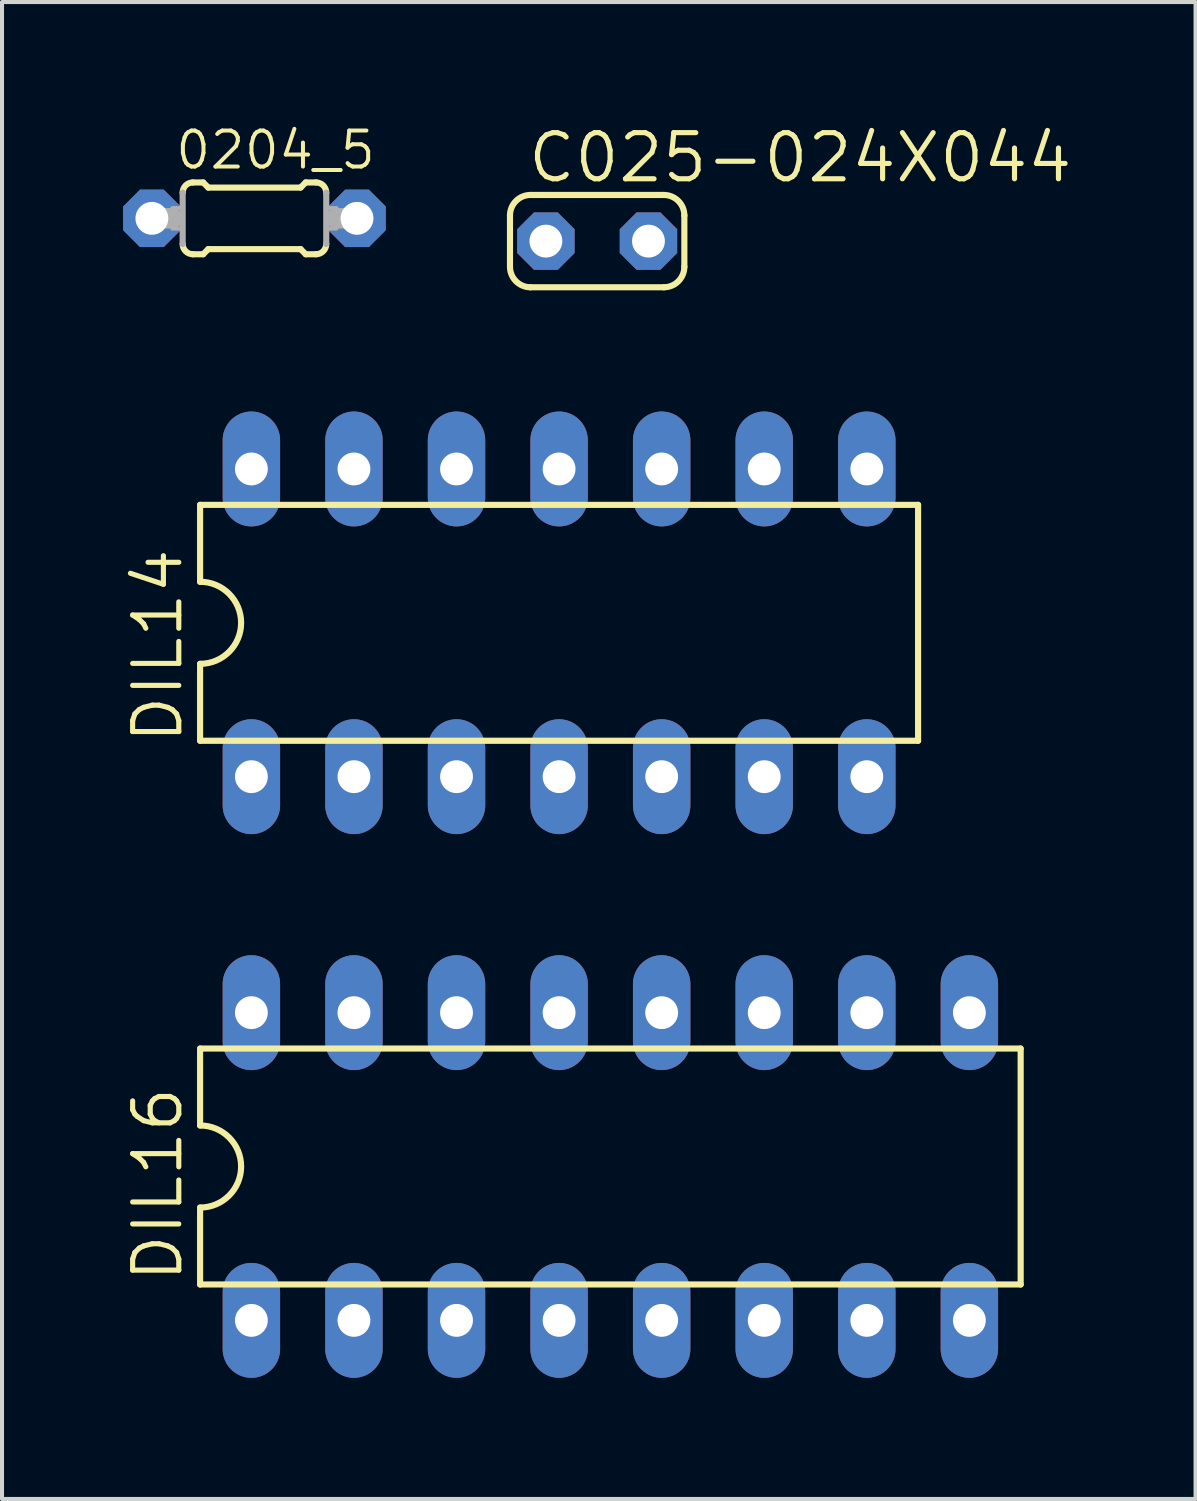
<source format=kicad_pcb>
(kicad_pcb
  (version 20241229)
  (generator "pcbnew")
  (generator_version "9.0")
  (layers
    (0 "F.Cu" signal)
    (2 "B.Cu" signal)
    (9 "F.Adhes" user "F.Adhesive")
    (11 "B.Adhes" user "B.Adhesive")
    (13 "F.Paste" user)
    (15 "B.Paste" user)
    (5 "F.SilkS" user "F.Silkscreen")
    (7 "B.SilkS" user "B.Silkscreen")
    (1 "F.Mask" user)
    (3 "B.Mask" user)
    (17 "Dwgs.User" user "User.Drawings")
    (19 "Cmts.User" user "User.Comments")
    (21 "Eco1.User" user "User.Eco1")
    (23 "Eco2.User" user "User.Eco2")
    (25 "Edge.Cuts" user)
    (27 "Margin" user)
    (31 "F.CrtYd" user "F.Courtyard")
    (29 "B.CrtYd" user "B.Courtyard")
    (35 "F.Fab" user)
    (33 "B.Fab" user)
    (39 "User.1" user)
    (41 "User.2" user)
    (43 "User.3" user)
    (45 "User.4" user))
  (footprint "0204_5"
    (layer "F.Cu")
    (at 3.251 2.357)
    (property "Reference" "0204_5" (at -2.007 -1.168 0) (layer "F.SilkS") (effects (font (size 0.892 0.892) (thickness 0.099)) (justify left bottom)))
    (fp_line (start -1.524 -0.889) (end -1.27 -0.889) (stroke (width 0.152) (type solid)) (layer "F.SilkS"))
    (fp_line (start -1.524 0.889) (end -1.27 0.889) (stroke (width 0.152) (type solid)) (layer "F.SilkS"))
    (fp_line (start -1.143 -0.762) (end -1.27 -0.889) (stroke (width 0.152) (type solid)) (layer "F.SilkS"))
    (fp_line (start -1.143 0.762) (end -1.27 0.889) (stroke (width 0.152) (type solid)) (layer "F.SilkS"))
    (fp_line (start 1.143 -0.762) (end -1.143 -0.762) (stroke (width 0.152) (type solid)) (layer "F.SilkS"))
    (fp_line (start 1.143 -0.762) (end 1.27 -0.889) (stroke (width 0.152) (type solid)) (layer "F.SilkS"))
    (fp_line (start 1.143 0.762) (end -1.143 0.762) (stroke (width 0.152) (type solid)) (layer "F.SilkS"))
    (fp_line (start 1.143 0.762) (end 1.27 0.889) (stroke (width 0.152) (type solid)) (layer "F.SilkS"))
    (fp_line (start 1.524 -0.889) (end 1.27 -0.889) (stroke (width 0.152) (type solid)) (layer "F.SilkS"))
    (fp_line (start 1.524 0.889) (end 1.27 0.889) (stroke (width 0.152) (type solid)) (layer "F.SilkS"))
    (fp_arc (start -1.778 -0.635) (mid -1.703605 -0.814605) (end -1.524 -0.889) (stroke (width 0.1524) (type solid)) (layer "F.SilkS"))
    (fp_arc (start -1.524 0.889) (mid -1.703605 0.814605) (end -1.778 0.635) (stroke (width 0.1524) (type solid)) (layer "F.SilkS"))
    (fp_arc (start 1.524 -0.889) (mid 1.703605 -0.814605) (end 1.778 -0.635) (stroke (width 0.1524) (type solid)) (layer "F.SilkS"))
    (fp_arc (start 1.778 0.635) (mid 1.703605 0.814605) (end 1.524 0.889) (stroke (width 0.1524) (type solid)) (layer "F.SilkS"))
    (fp_line (start -2.54 0) (end -2.032 0) (stroke (width 0.508) (type solid)) (layer "F.Fab"))
    (fp_line (start -1.778 0.635) (end -1.778 -0.635) (stroke (width 0.152) (type solid)) (layer "F.Fab"))
    (fp_line (start 1.778 0.635) (end 1.778 -0.635) (stroke (width 0.152) (type solid)) (layer "F.Fab"))
    (fp_line (start 2.54 0) (end 2.032 0) (stroke (width 0.508) (type solid)) (layer "F.Fab"))
    (fp_poly (pts (xy -2.032 0.254) (xy -1.778 0.254) (xy -1.778 -0.254) (xy -2.032 -0.254)) (stroke (width 0.1) (type solid)) (fill no) (layer "F.Fab"))
    (fp_poly (pts (xy 1.778 0.254) (xy 2.032 0.254) (xy 2.032 -0.254) (xy 1.778 -0.254)) (stroke (width 0.1) (type solid)) (fill no) (layer "F.Fab"))
    (pad "1" thru_hole roundrect (at -2.54 0) (size 1.422 1.422) (drill 0.813) (layers "*.Cu" "*.Mask") (roundrect_rratio 0.25) (chamfer_ratio 0.293) (chamfer top_left top_right bottom_left bottom_right))
    (pad "2" thru_hole roundrect (at 2.54 0) (size 1.422 1.422) (drill 0.813) (layers "*.Cu" "*.Mask") (roundrect_rratio 0.25) (chamfer_ratio 0.293) (chamfer top_left top_right bottom_left bottom_right)))
  (footprint "C025-024X044"
    (layer "F.Cu")
    (at 11.738 2.921)
    (property "Reference" "C025-024X044" (at -1.778 -1.397 0) (layer "F.SilkS") (effects (font (size 1.143 1.143) (thickness 0.127)) (justify left bottom)))
    (fp_line (start -2.159 0.635) (end -2.159 -0.635) (stroke (width 0.152) (type solid)) (layer "F.SilkS"))
    (fp_line (start 1.651 -1.143) (end -1.651 -1.143) (stroke (width 0.152) (type solid)) (layer "F.SilkS"))
    (fp_line (start 1.651 1.143) (end -1.651 1.143) (stroke (width 0.152) (type solid)) (layer "F.SilkS"))
    (fp_line (start 2.159 0.635) (end 2.159 -0.635) (stroke (width 0.152) (type solid)) (layer "F.SilkS"))
    (fp_arc (start -2.159 -0.635) (mid -2.01021 -0.99421) (end -1.651 -1.143) (stroke (width 0.1524) (type solid)) (layer "F.SilkS"))
    (fp_arc (start -1.651 1.143) (mid -2.01021 0.99421) (end -2.159 0.635) (stroke (width 0.1524) (type solid)) (layer "F.SilkS"))
    (fp_arc (start 1.651 -1.143) (mid 2.01021 -0.99421) (end 2.159 -0.635) (stroke (width 0.1524) (type solid)) (layer "F.SilkS"))
    (fp_arc (start 2.159 0.635) (mid 2.01021 0.99421) (end 1.651 1.143) (stroke (width 0.1524) (type solid)) (layer "F.SilkS"))
    (pad "1" thru_hole roundrect (at -1.27 0) (size 1.422 1.422) (drill 0.813) (layers "*.Cu" "*.Mask") (roundrect_rratio 0.25) (chamfer_ratio 0.293) (chamfer top_left top_right bottom_left bottom_right))
    (pad "2" thru_hole roundrect (at 1.27 0) (size 1.422 1.422) (drill 0.813) (layers "*.Cu" "*.Mask") (roundrect_rratio 0.25) (chamfer_ratio 0.293) (chamfer top_left top_right bottom_left bottom_right)))
  (footprint "DIL16"
    (layer "F.Cu")
    (at 12.065 25.837)
    (property "Reference" "DIL16" (at -10.541 2.921 90) (layer "F.SilkS") (effects (font (size 1.143 1.143) (thickness 0.127)) (justify left bottom)))
    (fp_line (start -10.16 -2.921) (end -10.16 -1.016) (stroke (width 0.152) (type solid)) (layer "F.SilkS"))
    (fp_line (start -10.16 2.921) (end -10.16 1.016) (stroke (width 0.152) (type solid)) (layer "F.SilkS"))
    (fp_line (start -10.16 2.921) (end 10.16 2.921) (stroke (width 0.152) (type solid)) (layer "F.SilkS"))
    (fp_line (start 10.16 -2.921) (end -10.16 -2.921) (stroke (width 0.152) (type solid)) (layer "F.SilkS"))
    (fp_line (start 10.16 -2.921) (end 10.16 2.921) (stroke (width 0.152) (type solid)) (layer "F.SilkS"))
    (fp_arc (start -10.16 -1.016) (mid -9.144 0) (end -10.16 1.016) (stroke (width 0.1524) (type solid)) (layer "F.SilkS"))
    (pad "1" thru_hole oval (at -8.89 3.81 90) (size 2.845 1.422) (drill 0.813) (layers "*.Cu" "*.Mask"))
    (pad "2" thru_hole oval (at -6.35 3.81 90) (size 2.845 1.422) (drill 0.813) (layers "*.Cu" "*.Mask"))
    (pad "3" thru_hole oval (at -3.81 3.81 90) (size 2.845 1.422) (drill 0.813) (layers "*.Cu" "*.Mask"))
    (pad "4" thru_hole oval (at -1.27 3.81 90) (size 2.845 1.422) (drill 0.813) (layers "*.Cu" "*.Mask"))
    (pad "5" thru_hole oval (at 1.27 3.81 90) (size 2.845 1.422) (drill 0.813) (layers "*.Cu" "*.Mask"))
    (pad "6" thru_hole oval (at 3.81 3.81 90) (size 2.845 1.422) (drill 0.813) (layers "*.Cu" "*.Mask"))
    (pad "7" thru_hole oval (at 6.35 3.81 90) (size 2.845 1.422) (drill 0.813) (layers "*.Cu" "*.Mask"))
    (pad "8" thru_hole oval (at 8.89 3.81 90) (size 2.845 1.422) (drill 0.813) (layers "*.Cu" "*.Mask"))
    (pad "9" thru_hole oval (at 8.89 -3.81 90) (size 2.845 1.422) (drill 0.813) (layers "*.Cu" "*.Mask"))
    (pad "10" thru_hole oval (at 6.35 -3.81 90) (size 2.845 1.422) (drill 0.813) (layers "*.Cu" "*.Mask"))
    (pad "11" thru_hole oval (at 3.81 -3.81 90) (size 2.845 1.422) (drill 0.813) (layers "*.Cu" "*.Mask"))
    (pad "12" thru_hole oval (at 1.27 -3.81 90) (size 2.845 1.422) (drill 0.813) (layers "*.Cu" "*.Mask"))
    (pad "13" thru_hole oval (at -1.27 -3.81 90) (size 2.845 1.422) (drill 0.813) (layers "*.Cu" "*.Mask"))
    (pad "14" thru_hole oval (at -3.81 -3.81 90) (size 2.845 1.422) (drill 0.813) (layers "*.Cu" "*.Mask"))
    (pad "15" thru_hole oval (at -6.35 -3.81 90) (size 2.845 1.422) (drill 0.813) (layers "*.Cu" "*.Mask"))
    (pad "16" thru_hole oval (at -8.89 -3.81 90) (size 2.845 1.422) (drill 0.813) (layers "*.Cu" "*.Mask")))
  (footprint "DIL14"
    (layer "F.Cu")
    (at 10.795 12.373)
    (property "Reference" "DIL14" (at -9.271 3.048 90) (layer "F.SilkS") (effects (font (size 1.143 1.143) (thickness 0.127)) (justify left bottom)))
    (fp_line (start -8.89 -2.921) (end -8.89 -1.016) (stroke (width 0.152) (type solid)) (layer "F.SilkS"))
    (fp_line (start -8.89 2.921) (end -8.89 1.016) (stroke (width 0.152) (type solid)) (layer "F.SilkS"))
    (fp_line (start -8.89 2.921) (end 8.89 2.921) (stroke (width 0.152) (type solid)) (layer "F.SilkS"))
    (fp_line (start 8.89 -2.921) (end -8.89 -2.921) (stroke (width 0.152) (type solid)) (layer "F.SilkS"))
    (fp_line (start 8.89 -2.921) (end 8.89 2.921) (stroke (width 0.152) (type solid)) (layer "F.SilkS"))
    (fp_arc (start -8.89 -1.016) (mid -7.874 0) (end -8.89 1.016) (stroke (width 0.1524) (type solid)) (layer "F.SilkS"))
    (pad "1" thru_hole oval (at -7.62 3.81 90) (size 2.845 1.422) (drill 0.813) (layers "*.Cu" "*.Mask"))
    (pad "2" thru_hole oval (at -5.08 3.81 90) (size 2.845 1.422) (drill 0.813) (layers "*.Cu" "*.Mask"))
    (pad "3" thru_hole oval (at -2.54 3.81 90) (size 2.845 1.422) (drill 0.813) (layers "*.Cu" "*.Mask"))
    (pad "4" thru_hole oval (at 0 3.81 90) (size 2.845 1.422) (drill 0.813) (layers "*.Cu" "*.Mask"))
    (pad "5" thru_hole oval (at 2.54 3.81 90) (size 2.845 1.422) (drill 0.813) (layers "*.Cu" "*.Mask"))
    (pad "6" thru_hole oval (at 5.08 3.81 90) (size 2.845 1.422) (drill 0.813) (layers "*.Cu" "*.Mask"))
    (pad "7" thru_hole oval (at 7.62 3.81 90) (size 2.845 1.422) (drill 0.813) (layers "*.Cu" "*.Mask"))
    (pad "8" thru_hole oval (at 7.62 -3.81 90) (size 2.845 1.422) (drill 0.813) (layers "*.Cu" "*.Mask"))
    (pad "9" thru_hole oval (at 5.08 -3.81 90) (size 2.845 1.422) (drill 0.813) (layers "*.Cu" "*.Mask"))
    (pad "10" thru_hole oval (at 2.54 -3.81 90) (size 2.845 1.422) (drill 0.813) (layers "*.Cu" "*.Mask"))
    (pad "11" thru_hole oval (at 0 -3.81 90) (size 2.845 1.422) (drill 0.813) (layers "*.Cu" "*.Mask"))
    (pad "12" thru_hole oval (at -2.54 -3.81 90) (size 2.845 1.422) (drill 0.813) (layers "*.Cu" "*.Mask"))
    (pad "13" thru_hole oval (at -5.08 -3.81 90) (size 2.845 1.422) (drill 0.813) (layers "*.Cu" "*.Mask"))
    (pad "14" thru_hole oval (at -7.62 -3.81 90) (size 2.845 1.422) (drill 0.813) (layers "*.Cu" "*.Mask")))
  (gr_rect
    (start -3 -3)
    (end 26.556 34.07)
    (stroke (width 0.1) (type default))
    (fill no)
    (layer "Edge.Cuts")))
</source>
